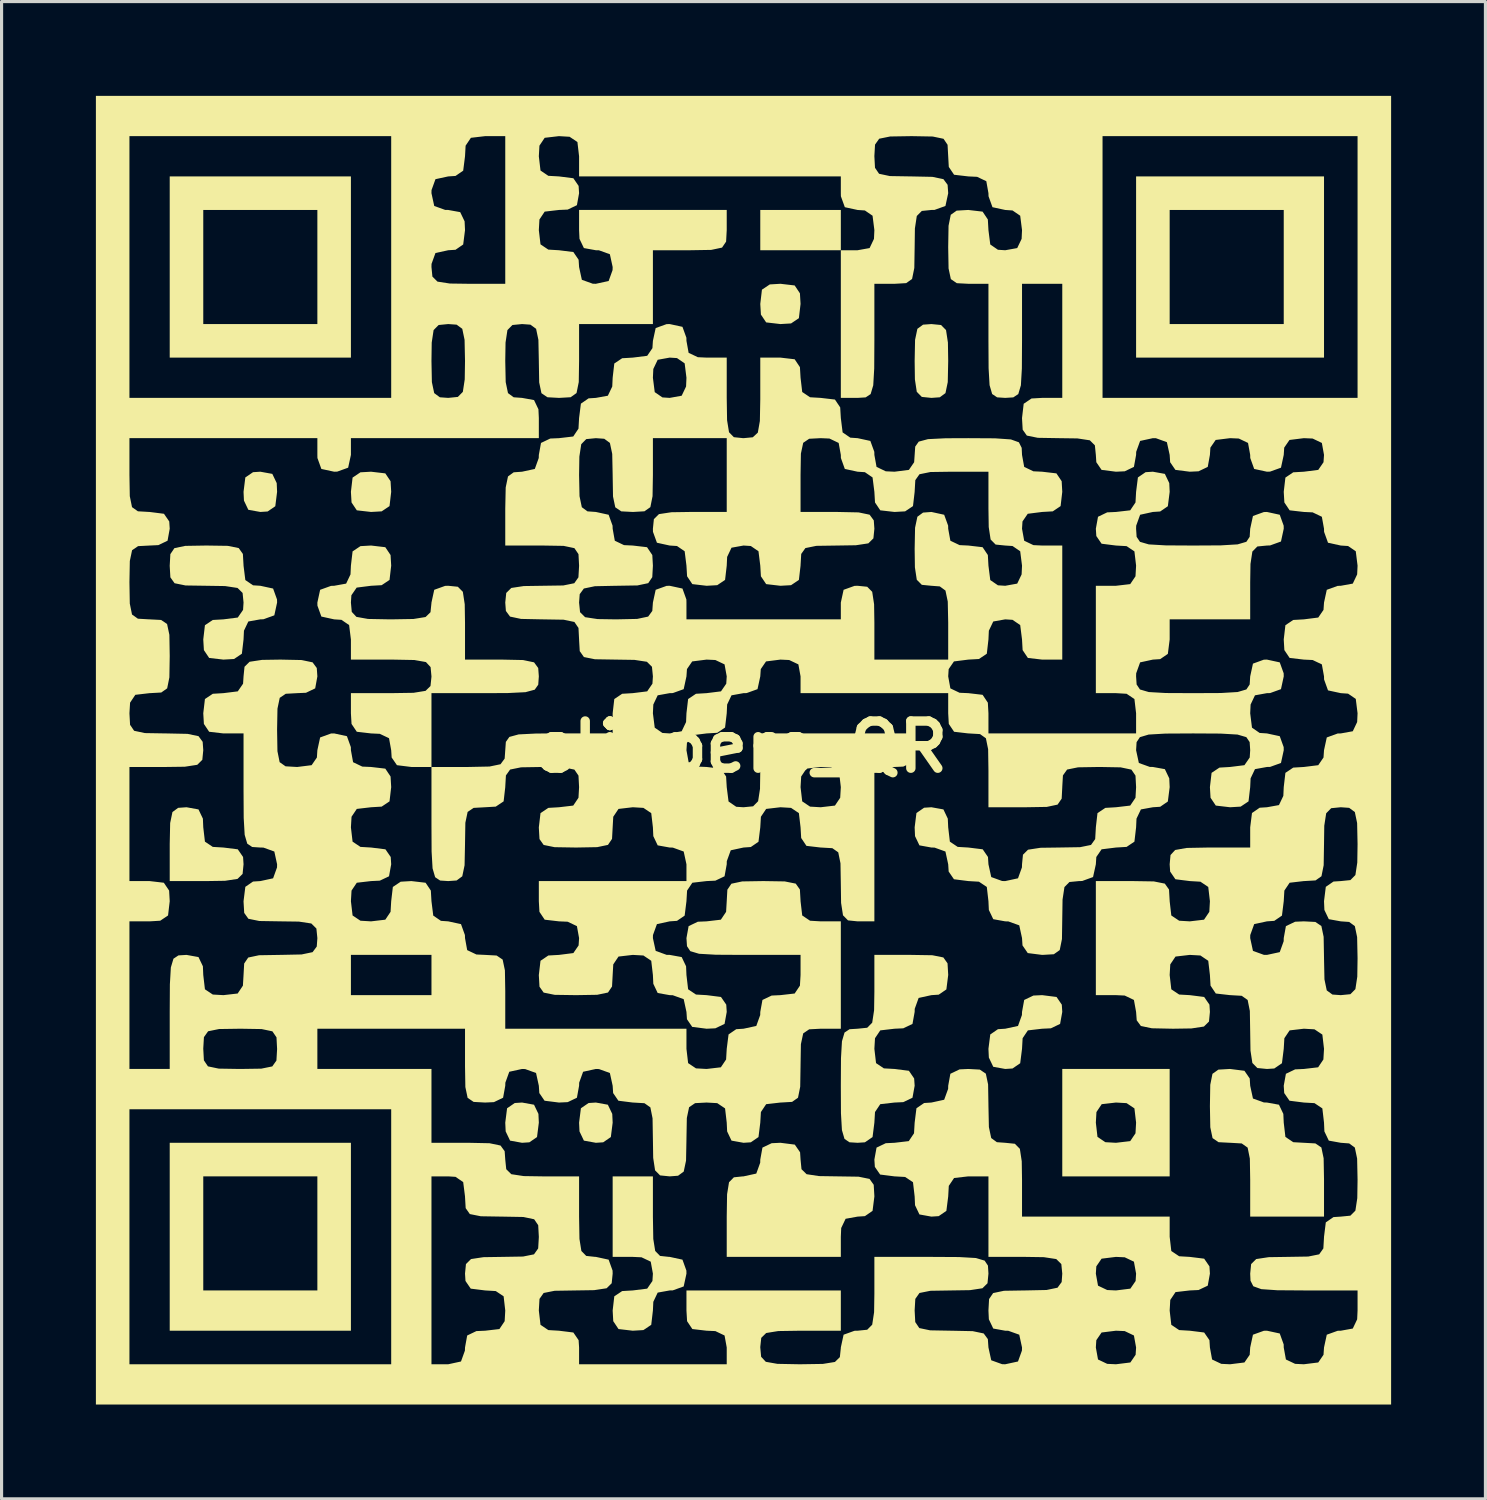
<source format=kicad_pcb>
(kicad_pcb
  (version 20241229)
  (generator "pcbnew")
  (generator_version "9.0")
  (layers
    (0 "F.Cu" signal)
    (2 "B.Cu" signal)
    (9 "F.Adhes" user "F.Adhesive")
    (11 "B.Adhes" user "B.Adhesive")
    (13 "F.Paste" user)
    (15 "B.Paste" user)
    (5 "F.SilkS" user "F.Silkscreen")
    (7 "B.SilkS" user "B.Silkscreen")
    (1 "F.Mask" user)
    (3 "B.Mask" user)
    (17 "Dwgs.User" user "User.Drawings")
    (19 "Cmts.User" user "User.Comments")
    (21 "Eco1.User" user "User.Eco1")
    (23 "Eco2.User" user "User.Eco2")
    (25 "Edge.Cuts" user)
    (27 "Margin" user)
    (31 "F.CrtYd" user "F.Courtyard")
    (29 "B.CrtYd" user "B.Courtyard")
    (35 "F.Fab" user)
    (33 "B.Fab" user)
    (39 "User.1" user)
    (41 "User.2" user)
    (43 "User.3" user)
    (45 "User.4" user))
  (footprint "clippers_QR"
    (layer "F.Cu")
    (at 20.491 20.704)
    (property "Reference" "clippers_QR" (at 0 0 0) (layer "F.SilkS") (effects (font (size 1.5 1.5) (thickness 0.3))))
    (attr board_only exclude_from_pos_files exclude_from_bom)
    (fp_poly (pts (xy 3.202 -16.435) (xy 3.202 -15.795) (xy 1.921 -15.795) (xy 0.64 -15.795) (xy 0.64 -16.435) (xy 0.64 -17.076) (xy 1.921 -17.076) (xy 3.202 -17.076)) (stroke (width 0) (type solid)) (fill yes) (layer "F.SilkS"))
    (fp_poly (pts (xy -14.88 -8.682) (xy -14.74 -8.389) (xy -14.728 -8.111) (xy -14.785 -7.653) (xy -15.029 -7.486) (xy -15.261 -7.471) (xy -15.643 -7.54) (xy -15.782 -7.832) (xy -15.795 -8.111) (xy -15.738 -8.569) (xy -15.493 -8.736) (xy -15.261 -8.751)) (stroke (width 0) (type solid)) (fill yes) (layer "F.SilkS"))
    (fp_poly (pts (xy -11.286 -8.698) (xy -11.119 -8.449) (xy -11.099 -8.111) (xy -11.152 -7.657) (xy -11.402 -7.49) (xy -11.739 -7.471) (xy -12.193 -7.523) (xy -12.36 -7.773) (xy -12.38 -8.111) (xy -12.327 -8.564) (xy -12.077 -8.732) (xy -11.739 -8.751)) (stroke (width 0) (type solid)) (fill yes) (layer "F.SilkS"))
    (fp_poly (pts (xy -6.556 11.382) (xy -6.416 11.674) (xy -6.403 11.953) (xy -6.461 12.411) (xy -6.705 12.578) (xy -6.937 12.593) (xy -7.318 12.524) (xy -7.458 12.231) (xy -7.471 11.953) (xy -7.413 11.495) (xy -7.169 11.328) (xy -6.937 11.313)) (stroke (width 0) (type solid)) (fill yes) (layer "F.SilkS"))
    (fp_poly (pts (xy -4.208 11.382) (xy -4.068 11.674) (xy -4.055 11.953) (xy -4.113 12.411) (xy -4.357 12.578) (xy -4.589 12.593) (xy -4.97 12.524) (xy -5.11 12.231) (xy -5.123 11.953) (xy -5.065 11.495) (xy -4.821 11.328) (xy -4.589 11.313)) (stroke (width 0) (type solid)) (fill yes) (layer "F.SilkS"))
    (fp_poly (pts (xy 1.734 -14.675) (xy 1.901 -14.425) (xy 1.921 -14.087) (xy 1.868 -13.634) (xy 1.619 -13.467) (xy 1.281 -13.447) (xy 0.827 -13.5) (xy 0.66 -13.749) (xy 0.64 -14.087) (xy 0.693 -14.541) (xy 0.943 -14.708) (xy 1.281 -14.728)) (stroke (width 0) (type solid)) (fill yes) (layer "F.SilkS"))
    (fp_poly (pts (xy 6.389 -13.417) (xy 6.548 -13.256) (xy 6.608 -12.859) (xy 6.617 -12.273) (xy 6.603 -11.601) (xy 6.53 -11.251) (xy 6.35 -11.118) (xy 6.083 -11.099) (xy 5.778 -11.13) (xy 5.618 -11.291) (xy 5.558 -11.687) (xy 5.55 -12.273) (xy 5.563 -12.945) (xy 5.637 -13.296) (xy 5.817 -13.428) (xy 6.083 -13.447)) (stroke (width 0) (type solid)) (fill yes) (layer "F.SilkS"))
    (fp_poly (pts (xy -12.38 -15.261) (xy -12.38 -12.38) (xy -15.261 -12.38) (xy -18.143 -12.38) (xy -18.143 -15.261) (xy -17.076 -15.261) (xy -17.076 -13.447) (xy -15.261 -13.447) (xy -13.447 -13.447) (xy -13.447 -15.261) (xy -13.447 -17.076) (xy -15.261 -17.076) (xy -17.076 -17.076) (xy -17.076 -15.261) (xy -18.143 -15.261) (xy -18.143 -18.143) (xy -15.261 -18.143) (xy -12.38 -18.143)) (stroke (width 0) (type solid)) (fill yes) (layer "F.SilkS"))
    (fp_poly (pts (xy 18.57 -15.261) (xy 18.57 -12.38) (xy 15.582 -12.38) (xy 12.593 -12.38) (xy 12.593 -15.261) (xy 13.661 -15.261) (xy 13.661 -13.447) (xy 15.475 -13.447) (xy 17.289 -13.447) (xy 17.289 -15.261) (xy 17.289 -17.076) (xy 15.475 -17.076) (xy 13.661 -17.076) (xy 13.661 -15.261) (xy 12.593 -15.261) (xy 12.593 -18.143) (xy 15.582 -18.143) (xy 18.57 -18.143)) (stroke (width 0) (type solid)) (fill yes) (layer "F.SilkS"))
    (fp_poly (pts (xy -17.228 1.99) (xy -17.088 2.283) (xy -17.076 2.561) (xy -17.023 3.015) (xy -16.773 3.182) (xy -16.435 3.202) (xy -15.978 3.259) (xy -15.81 3.503) (xy -15.795 3.735) (xy -15.825 4.041) (xy -15.986 4.2) (xy -16.383 4.26) (xy -16.969 4.269) (xy -18.143 4.269) (xy -18.143 3.095) (xy -18.129 2.423) (xy -18.056 2.073) (xy -17.876 1.94) (xy -17.609 1.921)) (stroke (width 0) (type solid)) (fill yes) (layer "F.SilkS"))
    (fp_poly (pts (xy -12.38 15.582) (xy -12.38 18.57) (xy -15.261 18.57) (xy -18.143 18.57) (xy -18.143 15.582) (xy -18.143 15.475) (xy -17.076 15.475) (xy -17.076 17.289) (xy -15.261 17.289) (xy -13.447 17.289) (xy -13.447 15.475) (xy -13.447 13.661) (xy -15.261 13.661) (xy -17.076 13.661) (xy -17.076 15.475) (xy -18.143 15.475) (xy -18.143 12.593) (xy -15.261 12.593) (xy -12.38 12.593)) (stroke (width 0) (type solid)) (fill yes) (layer "F.SilkS"))
    (fp_poly (pts (xy 13.661 11.953) (xy 13.661 13.661) (xy 11.953 13.661) (xy 10.245 13.661) (xy 10.245 11.953) (xy 11.313 11.953) (xy 11.365 12.406) (xy 11.615 12.574) (xy 11.953 12.593) (xy 12.406 12.54) (xy 12.574 12.291) (xy 12.593 11.953) (xy 12.54 11.499) (xy 12.291 11.332) (xy 11.953 11.313) (xy 11.499 11.365) (xy 11.332 11.615) (xy 11.313 11.953) (xy 10.245 11.953) (xy 10.245 10.245) (xy 11.953 10.245) (xy 13.661 10.245)) (stroke (width 0) (type solid)) (fill yes) (layer "F.SilkS"))
    (fp_poly (pts (xy 10.063 7.955) (xy 10.23 8.199) (xy 10.245 8.431) (xy 10.176 8.812) (xy 9.883 8.952) (xy 9.605 8.965) (xy 9.151 9.018) (xy 8.984 9.267) (xy 8.965 9.605) (xy 8.907 10.063) (xy 8.663 10.23) (xy 8.431 10.245) (xy 8.05 10.176) (xy 7.91 9.883) (xy 7.897 9.605) (xy 7.955 9.147) (xy 8.199 8.98) (xy 8.431 8.965) (xy 8.837 8.877) (xy 8.962 8.529) (xy 8.965 8.431) (xy 9.034 8.05) (xy 9.327 7.91) (xy 9.605 7.897)) (stroke (width 0) (type solid)) (fill yes) (layer "F.SilkS"))
    (fp_poly (pts (xy 1.738 12.651) (xy 1.906 12.895) (xy 1.921 13.127) (xy 1.951 13.433) (xy 2.113 13.592) (xy 2.509 13.652) (xy 3.095 13.661) (xy 3.766 13.671) (xy 4.115 13.742) (xy 4.248 13.929) (xy 4.269 14.291) (xy 4.269 14.301) (xy 4.211 14.758) (xy 3.967 14.926) (xy 3.735 14.941) (xy 3.354 15.01) (xy 3.214 15.303) (xy 3.202 15.582) (xy 3.202 16.222) (xy 1.387 16.222) (xy -0.427 16.222) (xy -0.427 14.941) (xy -0.416 14.231) (xy -0.354 13.848) (xy -0.2 13.691) (xy 0.088 13.661) (xy 0.107 13.661) (xy 0.513 13.572) (xy 0.638 13.225) (xy 0.64 13.127) (xy 0.709 12.746) (xy 1.002 12.606) (xy 1.281 12.593)) (stroke (width 0) (type solid)) (fill yes) (layer "F.SilkS"))
    (fp_poly (pts (xy -2.775 14.941) (xy -2.763 15.651) (xy -2.702 16.034) (xy -2.548 16.191) (xy -2.26 16.222) (xy -2.241 16.222) (xy -1.835 16.31) (xy -1.71 16.657) (xy -1.708 16.755) (xy -1.796 17.162) (xy -2.143 17.287) (xy -2.241 17.289) (xy -2.623 17.358) (xy -2.762 17.651) (xy -2.775 17.929) (xy -2.828 18.383) (xy -3.077 18.55) (xy -3.415 18.57) (xy -3.869 18.517) (xy -4.036 18.267) (xy -4.055 17.929) (xy -4.003 17.476) (xy -3.753 17.309) (xy -3.415 17.289) (xy -2.957 17.232) (xy -2.79 16.988) (xy -2.775 16.755) (xy -2.844 16.374) (xy -3.137 16.235) (xy -3.415 16.222) (xy -4.055 16.222) (xy -4.055 14.941) (xy -4.055 13.661) (xy -3.415 13.661) (xy -2.775 13.661)) (stroke (width 0) (type solid)) (fill yes) (layer "F.SilkS"))
    (fp_poly (pts (xy 16.039 10.303) (xy 16.207 10.547) (xy 16.222 10.779) (xy 16.31 11.185) (xy 16.657 11.31) (xy 16.755 11.313) (xy 17.137 11.382) (xy 17.276 11.674) (xy 17.289 11.953) (xy 17.342 12.406) (xy 17.591 12.574) (xy 17.929 12.593) (xy 18.295 12.613) (xy 18.486 12.742) (xy 18.558 13.086) (xy 18.57 13.749) (xy 18.57 13.767) (xy 18.57 14.941) (xy 17.396 14.941) (xy 16.222 14.941) (xy 16.222 13.767) (xy 16.211 13.096) (xy 16.141 12.747) (xy 15.953 12.614) (xy 15.591 12.593) (xy 15.582 12.593) (xy 15.215 12.574) (xy 15.025 12.444) (xy 14.953 12.101) (xy 14.941 11.437) (xy 14.941 11.419) (xy 14.952 10.748) (xy 15.022 10.399) (xy 15.21 10.266) (xy 15.572 10.245) (xy 15.582 10.245)) (stroke (width 0) (type solid)) (fill yes) (layer "F.SilkS"))
    (fp_poly (pts (xy -16.298 -6.393) (xy -15.948 -6.322) (xy -15.816 -6.135) (xy -15.795 -5.773) (xy -15.795 -5.763) (xy -15.738 -5.305) (xy -15.493 -5.138) (xy -15.261 -5.123) (xy -14.855 -5.035) (xy -14.73 -4.687) (xy -14.728 -4.589) (xy -14.816 -4.183) (xy -15.163 -4.058) (xy -15.261 -4.055) (xy -15.643 -3.987) (xy -15.782 -3.694) (xy -15.795 -3.415) (xy -15.848 -2.962) (xy -16.097 -2.794) (xy -16.435 -2.775) (xy -16.889 -2.828) (xy -17.056 -3.077) (xy -17.076 -3.415) (xy -17.023 -3.869) (xy -16.773 -4.036) (xy -16.435 -4.055) (xy -15.978 -4.113) (xy -15.81 -4.357) (xy -15.795 -4.589) (xy -15.825 -4.895) (xy -15.986 -5.054) (xy -16.383 -5.114) (xy -16.969 -5.123) (xy -17.64 -5.133) (xy -17.989 -5.204) (xy -18.122 -5.391) (xy -18.143 -5.753) (xy -18.143 -5.763) (xy -18.123 -6.129) (xy -17.994 -6.32) (xy -17.65 -6.392) (xy -16.987 -6.403) (xy -16.969 -6.403)) (stroke (width 0) (type solid)) (fill yes) (layer "F.SilkS"))
    (fp_poly (pts (xy 6.114 6.628) (xy 6.463 6.698) (xy 6.596 6.886) (xy 6.617 7.247) (xy 6.617 7.257) (xy 6.559 7.715) (xy 6.315 7.882) (xy 6.083 7.897) (xy 5.677 7.986) (xy 5.552 8.333) (xy 5.55 8.431) (xy 5.481 8.812) (xy 5.188 8.952) (xy 4.909 8.965) (xy 4.456 9.018) (xy 4.289 9.267) (xy 4.269 9.605) (xy 4.322 10.059) (xy 4.571 10.226) (xy 4.909 10.245) (xy 5.367 10.303) (xy 5.534 10.547) (xy 5.55 10.779) (xy 5.481 11.16) (xy 5.188 11.3) (xy 4.909 11.313) (xy 4.456 11.365) (xy 4.289 11.615) (xy 4.269 11.953) (xy 4.211 12.411) (xy 3.967 12.578) (xy 3.735 12.593) (xy 3.477 12.577) (xy 3.319 12.47) (xy 3.237 12.19) (xy 3.206 11.651) (xy 3.202 10.779) (xy 3.207 9.9) (xy 3.238 9.364) (xy 3.32 9.086) (xy 3.479 8.981) (xy 3.735 8.965) (xy 4.041 8.934) (xy 4.2 8.773) (xy 4.26 8.377) (xy 4.269 7.791) (xy 4.269 6.617) (xy 5.443 6.617)) (stroke (width 0) (type solid)) (fill yes) (layer "F.SilkS"))
    (fp_poly (pts (xy -1.835 -13.359) (xy -1.71 -13.012) (xy -1.708 -12.913) (xy -1.639 -12.532) (xy -1.346 -12.393) (xy -1.067 -12.38) (xy -0.427 -12.38) (xy -0.427 -11.099) (xy -0.416 -10.389) (xy -0.354 -10.006) (xy -0.2 -9.849) (xy 0.088 -9.819) (xy 0.107 -9.818) (xy 0.402 -9.846) (xy 0.562 -9.994) (xy 0.627 -10.363) (xy 0.64 -11.054) (xy 0.64 -11.099) (xy 0.64 -12.38) (xy 1.281 -12.38) (xy 1.734 -12.327) (xy 1.901 -12.077) (xy 1.921 -11.739) (xy 1.974 -11.286) (xy 2.223 -11.119) (xy 2.561 -11.099) (xy 3.015 -11.046) (xy 3.182 -10.797) (xy 3.202 -10.459) (xy 3.259 -10.001) (xy 3.503 -9.834) (xy 3.735 -9.818) (xy 4.141 -9.73) (xy 4.267 -9.383) (xy 4.269 -9.285) (xy 4.338 -8.904) (xy 4.631 -8.764) (xy 4.909 -8.751) (xy 5.367 -8.809) (xy 5.534 -9.053) (xy 5.55 -9.285) (xy 5.568 -9.55) (xy 5.68 -9.708) (xy 5.975 -9.787) (xy 6.538 -9.815) (xy 7.257 -9.818) (xy 8.104 -9.813) (xy 8.611 -9.778) (xy 8.866 -9.686) (xy 8.954 -9.51) (xy 8.965 -9.285) (xy 9.034 -8.904) (xy 9.327 -8.764) (xy 9.605 -8.751) (xy 10.059 -8.698) (xy 10.226 -8.449) (xy 10.245 -8.111) (xy 10.192 -7.657) (xy 9.943 -7.49) (xy 9.605 -7.471) (xy 9.147 -7.413) (xy 8.98 -7.169) (xy 8.965 -6.937) (xy 9.034 -6.556) (xy 9.327 -6.416) (xy 9.605 -6.403) (xy 10.245 -6.403) (xy 10.245 -4.589) (xy 10.245 -2.775) (xy 9.605 -2.775) (xy 9.151 -2.828) (xy 8.984 -3.077) (xy 8.965 -3.415) (xy 8.907 -3.873) (xy 8.663 -4.04) (xy 8.431 -4.055) (xy 8.05 -3.987) (xy 7.91 -3.694) (xy 7.897 -3.415) (xy 7.845 -2.962) (xy 7.595 -2.794) (xy 7.257 -2.775) (xy 6.8 -2.717) (xy 6.632 -2.473) (xy 6.617 -2.241) (xy 6.686 -1.86) (xy 6.979 -1.72) (xy 7.257 -1.708) (xy 7.711 -1.655) (xy 7.878 -1.405) (xy 7.897 -1.067) (xy 7.897 -0.427) (xy 10.245 -0.427) (xy 12.593 -0.427) (xy 12.593 -1.067) (xy 12.54 -1.521) (xy 12.291 -1.688) (xy 11.953 -1.708) (xy 11.313 -1.708) (xy 11.313 -3.415) (xy 11.313 -5.123) (xy 11.953 -5.123) (xy 12.406 -5.176) (xy 12.574 -5.425) (xy 12.593 -5.763) (xy 12.54 -6.217) (xy 12.291 -6.384) (xy 11.953 -6.403) (xy 11.495 -6.461) (xy 11.328 -6.705) (xy 11.313 -6.937) (xy 11.382 -7.318) (xy 11.674 -7.458) (xy 11.953 -7.471) (xy 12.406 -7.523) (xy 12.574 -7.773) (xy 12.593 -8.111) (xy 12.651 -8.569) (xy 12.895 -8.736) (xy 13.127 -8.751) (xy 13.508 -8.682) (xy 13.648 -8.389) (xy 13.661 -8.111) (xy 13.603 -7.653) (xy 13.359 -7.486) (xy 13.127 -7.471) (xy 12.721 -7.382) (xy 12.596 -7.035) (xy 12.593 -6.937) (xy 12.61 -6.679) (xy 12.716 -6.521) (xy 12.997 -6.439) (xy 13.536 -6.408) (xy 14.408 -6.403) (xy 15.286 -6.408) (xy 15.822 -6.44) (xy 16.101 -6.522) (xy 16.206 -6.681) (xy 16.222 -6.937) (xy 16.31 -7.343) (xy 16.657 -7.468) (xy 16.755 -7.471) (xy 17.162 -7.382) (xy 17.287 -7.035) (xy 17.289 -6.937) (xy 17.201 -6.531) (xy 16.854 -6.406) (xy 16.755 -6.403) (xy 16.45 -6.373) (xy 16.291 -6.212) (xy 16.231 -5.816) (xy 16.222 -5.229) (xy 16.222 -4.055) (xy 14.941 -4.055) (xy 13.661 -4.055) (xy 13.661 -3.415) (xy 13.603 -2.957) (xy 13.359 -2.79) (xy 13.127 -2.775) (xy 12.721 -2.687) (xy 12.596 -2.34) (xy 12.593 -2.241) (xy 12.61 -1.983) (xy 12.716 -1.825) (xy 12.997 -1.743) (xy 13.536 -1.712) (xy 14.408 -1.708) (xy 15.286 -1.712) (xy 15.822 -1.744) (xy 16.101 -1.826) (xy 16.206 -1.985) (xy 16.222 -2.241) (xy 16.31 -2.647) (xy 16.657 -2.773) (xy 16.755 -2.775) (xy 17.162 -2.687) (xy 17.287 -2.34) (xy 17.289 -2.241) (xy 17.201 -1.835) (xy 16.854 -1.71) (xy 16.755 -1.708) (xy 16.374 -1.639) (xy 16.235 -1.346) (xy 16.222 -1.067) (xy 16.279 -0.61) (xy 16.523 -0.442) (xy 16.755 -0.427) (xy 17.162 -0.339) (xy 17.287 0.008) (xy 17.289 0.107) (xy 17.201 0.513) (xy 16.854 0.638) (xy 16.755 0.64) (xy 16.374 0.709) (xy 16.235 1.002) (xy 16.222 1.281) (xy 16.169 1.734) (xy 15.919 1.901) (xy 15.582 1.921) (xy 15.128 1.868) (xy 14.961 1.619) (xy 14.941 1.281) (xy 14.994 0.827) (xy 15.244 0.66) (xy 15.582 0.64) (xy 16.039 0.583) (xy 16.207 0.339) (xy 16.222 0.107) (xy 16.205 -0.152) (xy 16.099 -0.309) (xy 15.818 -0.391) (xy 15.279 -0.422) (xy 14.408 -0.427) (xy 13.529 -0.422) (xy 12.993 -0.391) (xy 12.714 -0.308) (xy 12.609 -0.15) (xy 12.593 0.107) (xy 12.681 0.513) (xy 13.029 0.638) (xy 13.127 0.64) (xy 13.508 0.709) (xy 13.648 1.002) (xy 13.661 1.281) (xy 13.603 1.738) (xy 13.359 1.906) (xy 13.127 1.921) (xy 12.746 1.99) (xy 12.606 2.283) (xy 12.593 2.561) (xy 12.54 3.015) (xy 12.291 3.182) (xy 11.953 3.202) (xy 11.495 3.259) (xy 11.328 3.503) (xy 11.313 3.735) (xy 11.224 4.141) (xy 10.877 4.267) (xy 10.779 4.269) (xy 10.473 4.299) (xy 10.314 4.46) (xy 10.254 4.857) (xy 10.245 5.443) (xy 10.235 6.114) (xy 10.164 6.463) (xy 9.977 6.596) (xy 9.615 6.617) (xy 9.605 6.617) (xy 9.147 6.559) (xy 8.98 6.315) (xy 8.965 6.083) (xy 8.877 5.677) (xy 8.529 5.552) (xy 8.431 5.55) (xy 8.05 5.481) (xy 7.91 5.188) (xy 7.897 4.909) (xy 7.845 4.456) (xy 7.595 4.289) (xy 7.257 4.269) (xy 6.8 4.211) (xy 6.632 3.967) (xy 6.617 3.735) (xy 6.529 3.329) (xy 6.182 3.204) (xy 6.083 3.202) (xy 5.702 3.133) (xy 5.562 2.84) (xy 5.55 2.561) (xy 5.607 2.104) (xy 5.851 1.936) (xy 6.083 1.921) (xy 6.465 1.99) (xy 6.604 2.283) (xy 6.617 2.561) (xy 6.67 3.015) (xy 6.919 3.182) (xy 7.257 3.202) (xy 7.715 3.259) (xy 7.882 3.503) (xy 7.897 3.735) (xy 7.986 4.141) (xy 8.333 4.267) (xy 8.431 4.269) (xy 8.837 4.181) (xy 8.962 3.834) (xy 8.965 3.735) (xy 8.995 3.43) (xy 9.156 3.271) (xy 9.552 3.21) (xy 10.139 3.202) (xy 10.81 3.191) (xy 11.159 3.12) (xy 11.292 2.933) (xy 11.313 2.571) (xy 11.313 2.561) (xy 11.365 2.108) (xy 11.615 1.941) (xy 11.953 1.921) (xy 12.406 1.868) (xy 12.574 1.619) (xy 12.593 1.281) (xy 12.574 0.915) (xy 12.444 0.724) (xy 12.101 0.652) (xy 11.437 0.64) (xy 11.419 0.64) (xy 10.748 0.651) (xy 10.399 0.722) (xy 10.266 0.909) (xy 10.245 1.271) (xy 10.245 1.281) (xy 10.226 1.647) (xy 10.096 1.837) (xy 9.753 1.91) (xy 9.089 1.921) (xy 9.071 1.921) (xy 7.897 1.921) (xy 7.897 0.747) (xy 7.887 0.076) (xy 7.816 -0.273) (xy 7.629 -0.406) (xy 7.267 -0.427) (xy 7.257 -0.427) (xy 6.804 -0.48) (xy 6.636 -0.729) (xy 6.617 -1.067) (xy 6.617 -1.708) (xy 4.269 -1.708) (xy 1.921 -1.708) (xy 1.921 -2.241) (xy 1.852 -2.623) (xy 1.559 -2.762) (xy 1.281 -2.775) (xy 0.823 -2.717) (xy 0.656 -2.473) (xy 0.64 -2.241) (xy 0.552 -1.835) (xy 0.205 -1.71) (xy 0.107 -1.708) (xy -0.275 -1.639) (xy -0.414 -1.346) (xy -0.427 -1.067) (xy -0.48 -0.614) (xy -0.729 -0.447) (xy -1.067 -0.427) (xy -1.525 -0.369) (xy -1.692 -0.125) (xy -1.708 0.107) (xy -1.639 0.488) (xy -1.346 0.628) (xy -1.067 0.64) (xy -0.614 0.693) (xy -0.447 0.943) (xy -0.427 1.281) (xy -0.369 1.738) (xy -0.125 1.906) (xy 0.107 1.921) (xy 0.412 1.891) (xy 0.571 1.729) (xy 0.632 1.333) (xy 0.632 1.281) (xy 1.921 1.281) (xy 1.974 1.734) (xy 2.223 1.901) (xy 2.561 1.921) (xy 3.015 1.868) (xy 3.182 1.619) (xy 3.202 1.281) (xy 3.149 0.827) (xy 2.899 0.66) (xy 2.561 0.64) (xy 2.108 0.693) (xy 1.941 0.943) (xy 1.921 1.281) (xy 0.632 1.281) (xy 0.64 0.747) (xy 0.64 -0.427) (xy 3.095 -0.427) (xy 5.55 -0.427) (xy 5.55 0.107) (xy 5.481 0.488) (xy 5.188 0.628) (xy 4.909 0.64) (xy 4.269 0.64) (xy 4.269 3.095) (xy 4.269 5.55) (xy 3.735 5.55) (xy 3.43 5.519) (xy 3.271 5.358) (xy 3.21 4.962) (xy 3.202 4.376) (xy 3.191 3.705) (xy 3.12 3.355) (xy 2.933 3.223) (xy 2.571 3.202) (xy 2.561 3.202) (xy 2.108 3.149) (xy 1.941 2.899) (xy 1.921 2.561) (xy 1.868 2.108) (xy 1.619 1.941) (xy 1.281 1.921) (xy 0.827 1.974) (xy 0.66 2.223) (xy 0.64 2.561) (xy 0.583 3.019) (xy 0.339 3.186) (xy 0.107 3.202) (xy -0.299 3.29) (xy -0.425 3.637) (xy -0.427 3.735) (xy -0.496 4.117) (xy -0.789 4.256) (xy -1.067 4.269) (xy -1.521 4.322) (xy -1.688 4.571) (xy -1.708 4.909) (xy -1.765 5.367) (xy -2.009 5.534) (xy -2.241 5.55) (xy -2.647 5.638) (xy -2.773 5.985) (xy -2.775 6.083) (xy -2.687 6.489) (xy -2.34 6.615) (xy -2.241 6.617) (xy -1.86 6.686) (xy -1.72 6.979) (xy -1.708 7.257) (xy -1.655 7.711) (xy -1.405 7.878) (xy -1.067 7.897) (xy -0.61 7.955) (xy -0.442 8.199) (xy -0.427 8.431) (xy -0.496 8.812) (xy -0.789 8.952) (xy -1.067 8.965) (xy -1.525 8.907) (xy -1.692 8.663) (xy -1.708 8.431) (xy -1.796 8.025) (xy -2.143 7.9) (xy -2.241 7.897) (xy -2.623 7.829) (xy -2.762 7.536) (xy -2.775 7.257) (xy -2.828 6.804) (xy -3.077 6.636) (xy -3.415 6.617) (xy -3.869 6.67) (xy -4.036 6.919) (xy -4.055 7.257) (xy -4.075 7.623) (xy -4.204 7.814) (xy -4.548 7.886) (xy -5.211 7.897) (xy -5.229 7.897) (xy -5.901 7.887) (xy -6.25 7.816) (xy -6.382 7.629) (xy -6.403 7.267) (xy -6.403 7.257) (xy -6.35 6.804) (xy -6.101 6.636) (xy -5.763 6.617) (xy -5.305 6.559) (xy -5.138 6.315) (xy -5.123 6.083) (xy -5.192 5.702) (xy -5.485 5.562) (xy -5.763 5.55) (xy -6.217 5.497) (xy -6.384 5.247) (xy -6.403 4.909) (xy -6.403 4.269) (xy -4.055 4.269) (xy -1.708 4.269) (xy -1.708 3.735) (xy -1.796 3.329) (xy -2.143 3.204) (xy -2.241 3.202) (xy -2.623 3.133) (xy -2.762 2.84) (xy -2.775 2.561) (xy -2.828 2.108) (xy -3.077 1.941) (xy -3.415 1.921) (xy -3.869 1.974) (xy -4.036 2.223) (xy -4.055 2.561) (xy -4.075 2.927) (xy -4.204 3.118) (xy -4.548 3.19) (xy -5.211 3.202) (xy -5.229 3.202) (xy -5.901 3.191) (xy -6.25 3.12) (xy -6.382 2.933) (xy -6.403 2.571) (xy -6.403 2.561) (xy -6.35 2.108) (xy -6.101 1.941) (xy -5.763 1.921) (xy -5.309 1.868) (xy -5.142 1.619) (xy -5.123 1.281) (xy -5.142 0.915) (xy -5.272 0.724) (xy -5.615 0.652) (xy -6.279 0.64) (xy -6.297 0.64) (xy -6.968 0.651) (xy -7.317 0.722) (xy -7.45 0.909) (xy -7.471 1.271) (xy -7.471 1.281) (xy -7.523 1.734) (xy -7.773 1.901) (xy -8.111 1.921) (xy -8.477 1.941) (xy -8.668 2.07) (xy -8.74 2.414) (xy -8.751 3.077) (xy -8.751 3.095) (xy -8.765 3.767) (xy -8.838 4.117) (xy -9.018 4.25) (xy -9.285 4.269) (xy -9.543 4.252) (xy -9.701 4.146) (xy -9.783 3.865) (xy -9.814 3.326) (xy -9.818 2.455) (xy -9.818 0.64) (xy -10.459 0.64) (xy -10.916 0.583) (xy -11.084 0.339) (xy -11.099 0.107) (xy -11.168 -0.275) (xy -11.461 -0.414) (xy -11.739 -0.427) (xy -12.193 -0.48) (xy -12.36 -0.729) (xy -12.38 -1.067) (xy -12.38 -1.708) (xy -11.099 -1.708) (xy -10.389 -1.719) (xy -10.006 -1.781) (xy -9.849 -1.935) (xy -9.819 -2.222) (xy -9.818 -2.241) (xy -9.846 -2.537) (xy -9.994 -2.697) (xy -10.363 -2.762) (xy -11.054 -2.775) (xy -11.099 -2.775) (xy -12.38 -2.775) (xy -12.38 -3.415) (xy -12.437 -3.873) (xy -12.681 -4.04) (xy -12.913 -4.055) (xy -13.32 -4.144) (xy -13.445 -4.491) (xy -13.447 -4.589) (xy -13.359 -4.995) (xy -13.012 -5.12) (xy -12.913 -5.123) (xy -12.532 -5.192) (xy -12.393 -5.485) (xy -12.38 -5.763) (xy -12.327 -6.217) (xy -12.077 -6.384) (xy -11.739 -6.403) (xy -11.286 -6.35) (xy -11.119 -6.101) (xy -11.099 -5.763) (xy -11.152 -5.309) (xy -11.402 -5.142) (xy -11.739 -5.123) (xy -12.197 -5.065) (xy -12.365 -4.821) (xy -12.38 -4.589) (xy -12.353 -4.293) (xy -12.205 -4.134) (xy -11.835 -4.068) (xy -11.144 -4.055) (xy -11.099 -4.055) (xy -10.389 -4.067) (xy -10.006 -4.129) (xy -9.849 -4.282) (xy -9.819 -4.57) (xy -9.818 -4.589) (xy -9.73 -4.995) (xy -9.383 -5.12) (xy -9.285 -5.123) (xy -8.979 -5.092) (xy -8.82 -4.931) (xy -8.76 -4.535) (xy -8.751 -3.949) (xy -8.751 -2.775) (xy -7.577 -2.775) (xy -6.905 -2.761) (xy -6.555 -2.688) (xy -6.423 -2.508) (xy -6.403 -2.241) (xy -6.422 -1.977) (xy -6.534 -1.818) (xy -6.828 -1.739) (xy -7.391 -1.711) (xy -8.111 -1.708) (xy -9.818 -1.708) (xy -9.818 -0.534) (xy -9.818 0.64) (xy -8.645 0.64) (xy -7.972 0.626) (xy -7.622 0.553) (xy -7.49 0.373) (xy -7.471 0.107) (xy -7.452 -0.158) (xy -7.34 -0.316) (xy -7.046 -0.396) (xy -6.483 -0.424) (xy -5.763 -0.427) (xy -4.055 -0.427) (xy -4.055 -1.067) (xy -2.775 -1.067) (xy -2.717 -0.61) (xy -2.473 -0.442) (xy -2.241 -0.427) (xy -1.86 -0.496) (xy -1.72 -0.789) (xy -1.708 -1.067) (xy -1.655 -1.521) (xy -1.405 -1.688) (xy -1.067 -1.708) (xy -0.61 -1.765) (xy -0.442 -2.009) (xy -0.427 -2.241) (xy -0.496 -2.623) (xy -0.789 -2.762) (xy -1.067 -2.775) (xy -1.525 -2.717) (xy -1.692 -2.473) (xy -1.708 -2.241) (xy -1.796 -1.835) (xy -2.143 -1.71) (xy -2.241 -1.708) (xy -2.623 -1.639) (xy -2.762 -1.346) (xy -2.775 -1.067) (xy -4.055 -1.067) (xy -4.003 -1.521) (xy -3.753 -1.688) (xy -3.415 -1.708) (xy -2.957 -1.765) (xy -2.79 -2.009) (xy -2.775 -2.241) (xy -2.805 -2.547) (xy -2.966 -2.706) (xy -3.362 -2.766) (xy -3.949 -2.775) (xy -4.62 -2.786) (xy -4.969 -2.856) (xy -5.102 -3.044) (xy -5.123 -3.405) (xy -5.123 -3.415) (xy -5.142 -3.781) (xy -5.272 -3.972) (xy -5.615 -4.044) (xy -6.279 -4.055) (xy -6.297 -4.055) (xy -6.969 -4.069) (xy -7.319 -4.143) (xy -7.451 -4.323) (xy -7.471 -4.589) (xy -7.44 -4.895) (xy -7.279 -5.054) (xy -6.883 -5.114) (xy -6.297 -5.123) (xy -5.626 -5.133) (xy -5.276 -5.204) (xy -5.144 -5.391) (xy -5.123 -5.753) (xy -5.123 -5.763) (xy -5.142 -6.129) (xy -5.272 -6.32) (xy -5.615 -6.392) (xy -6.279 -6.403) (xy -6.297 -6.403) (xy -7.471 -6.403) (xy -7.471 -7.577) (xy -7.457 -8.25) (xy -7.384 -8.6) (xy -7.323 -8.645) (xy -5.123 -8.645) (xy -5.109 -7.972) (xy -5.036 -7.622) (xy -4.856 -7.49) (xy -4.589 -7.471) (xy -4.183 -7.382) (xy -4.058 -7.035) (xy -4.055 -6.937) (xy -3.987 -6.556) (xy -3.694 -6.416) (xy -3.415 -6.403) (xy -2.962 -6.35) (xy -2.794 -6.101) (xy -2.775 -5.763) (xy -2.795 -5.397) (xy -2.924 -5.206) (xy -3.267 -5.134) (xy -3.931 -5.123) (xy -3.949 -5.123) (xy -4.621 -5.109) (xy -4.971 -5.036) (xy -5.103 -4.856) (xy -5.123 -4.589) (xy -5.092 -4.283) (xy -4.931 -4.124) (xy -4.535 -4.064) (xy -3.949 -4.055) (xy -3.276 -4.069) (xy -2.926 -4.143) (xy -2.794 -4.323) (xy -2.775 -4.589) (xy -2.687 -4.995) (xy -2.34 -5.12) (xy -2.241 -5.123) (xy -1.835 -5.035) (xy -1.71 -4.687) (xy -1.708 -4.589) (xy -1.708 -4.055) (xy 0.747 -4.055) (xy 3.202 -4.055) (xy 3.202 -4.589) (xy 3.29 -4.995) (xy 3.637 -5.12) (xy 3.735 -5.123) (xy 4.041 -5.092) (xy 4.2 -4.931) (xy 4.26 -4.535) (xy 4.269 -3.949) (xy 4.269 -2.775) (xy 5.443 -2.775) (xy 6.617 -2.775) (xy 6.617 -3.949) (xy 6.603 -4.621) (xy 6.53 -4.971) (xy 6.35 -5.103) (xy 6.083 -5.123) (xy 5.778 -5.153) (xy 5.618 -5.314) (xy 5.558 -5.71) (xy 5.55 -6.297) (xy 5.563 -6.969) (xy 5.637 -7.319) (xy 5.817 -7.451) (xy 6.083 -7.471) (xy 6.489 -7.382) (xy 6.615 -7.035) (xy 6.617 -6.937) (xy 6.686 -6.556) (xy 6.979 -6.416) (xy 7.257 -6.403) (xy 7.711 -6.35) (xy 7.878 -6.101) (xy 7.897 -5.763) (xy 7.955 -5.305) (xy 8.199 -5.138) (xy 8.431 -5.123) (xy 8.812 -5.192) (xy 8.952 -5.485) (xy 8.965 -5.763) (xy 8.907 -6.221) (xy 8.663 -6.388) (xy 8.431 -6.403) (xy 8.125 -6.434) (xy 7.966 -6.595) (xy 7.906 -6.991) (xy 7.897 -7.577) (xy 7.897 -8.751) (xy 6.724 -8.751) (xy 6.052 -8.741) (xy 5.703 -8.67) (xy 5.571 -8.483) (xy 5.55 -8.121) (xy 5.55 -8.111) (xy 5.497 -7.657) (xy 5.247 -7.49) (xy 4.909 -7.471) (xy 4.456 -7.523) (xy 4.289 -7.773) (xy 4.269 -8.111) (xy 4.211 -8.569) (xy 3.967 -8.736) (xy 3.735 -8.751) (xy 3.329 -8.839) (xy 3.204 -9.187) (xy 3.202 -9.285) (xy 3.133 -9.666) (xy 2.84 -9.806) (xy 2.561 -9.818) (xy 2.195 -9.799) (xy 2.005 -9.67) (xy 1.932 -9.326) (xy 1.921 -8.662) (xy 1.921 -8.645) (xy 1.921 -7.471) (xy 3.095 -7.471) (xy 3.767 -7.457) (xy 4.117 -7.384) (xy 4.25 -7.203) (xy 4.269 -6.937) (xy 4.238 -6.631) (xy 4.077 -6.472) (xy 3.681 -6.412) (xy 3.095 -6.403) (xy 2.424 -6.393) (xy 2.075 -6.322) (xy 1.942 -6.135) (xy 1.921 -5.773) (xy 1.921 -5.763) (xy 1.868 -5.309) (xy 1.619 -5.142) (xy 1.281 -5.123) (xy 0.827 -5.176) (xy 0.66 -5.425) (xy 0.64 -5.763) (xy 0.583 -6.221) (xy 0.339 -6.388) (xy 0.107 -6.403) (xy -0.275 -6.334) (xy -0.414 -6.041) (xy -0.427 -5.763) (xy -0.48 -5.309) (xy -0.729 -5.142) (xy -1.067 -5.123) (xy -1.521 -5.176) (xy -1.688 -5.425) (xy -1.708 -5.763) (xy -1.765 -6.221) (xy -2.009 -6.388) (xy -2.241 -6.403) (xy -2.647 -6.492) (xy -2.773 -6.839) (xy -2.775 -6.937) (xy -2.744 -7.243) (xy -2.583 -7.402) (xy -2.187 -7.462) (xy -1.601 -7.471) (xy -0.427 -7.471) (xy -0.427 -8.645) (xy -0.427 -9.818) (xy -1.601 -9.818) (xy -2.775 -9.818) (xy -2.775 -8.645) (xy -2.786 -7.973) (xy -2.856 -7.624) (xy -3.044 -7.492) (xy -3.405 -7.471) (xy -3.415 -7.471) (xy -3.781 -7.49) (xy -3.972 -7.619) (xy -4.044 -7.963) (xy -4.055 -8.627) (xy -4.055 -8.645) (xy -4.069 -9.317) (xy -4.143 -9.667) (xy -4.323 -9.799) (xy -4.589 -9.818) (xy -4.895 -9.788) (xy -5.054 -9.627) (xy -5.114 -9.231) (xy -5.123 -8.645) (xy -7.323 -8.645) (xy -7.203 -8.732) (xy -6.937 -8.751) (xy -6.531 -8.839) (xy -6.406 -9.187) (xy -6.403 -9.285) (xy -6.334 -9.666) (xy -6.041 -9.806) (xy -5.763 -9.818) (xy -5.309 -9.871) (xy -5.142 -10.121) (xy -5.123 -10.459) (xy -5.065 -10.916) (xy -4.821 -11.084) (xy -4.589 -11.099) (xy -4.208 -11.168) (xy -4.068 -11.461) (xy -4.055 -11.739) (xy -2.775 -11.739) (xy -2.717 -11.282) (xy -2.473 -11.114) (xy -2.241 -11.099) (xy -1.86 -11.168) (xy -1.72 -11.461) (xy -1.708 -11.739) (xy -1.765 -12.197) (xy -2.009 -12.365) (xy -2.241 -12.38) (xy -2.623 -12.311) (xy -2.762 -12.018) (xy -2.775 -11.739) (xy -4.055 -11.739) (xy -4.003 -12.193) (xy -3.753 -12.36) (xy -3.415 -12.38) (xy -2.957 -12.437) (xy -2.79 -12.681) (xy -2.775 -12.913) (xy -2.687 -13.32) (xy -2.34 -13.445) (xy -2.241 -13.447)) (stroke (width 0) (type solid)) (fill yes) (layer "F.SilkS"))
    (fp_poly (pts (xy 20.704 0.107) (xy 20.704 20.918) (xy 0.107 20.918) (xy -20.491 20.918) (xy -20.491 15.582) (xy -19.424 15.582) (xy -19.424 19.637) (xy -15.261 19.637) (xy -11.099 19.637) (xy -11.099 16.649) (xy -9.818 16.649) (xy -9.818 19.637) (xy -9.285 19.637) (xy -8.879 19.549) (xy -8.754 19.202) (xy -8.751 19.103) (xy -8.682 18.722) (xy -8.389 18.582) (xy -8.111 18.57) (xy -7.657 18.517) (xy -7.49 18.267) (xy -7.471 17.929) (xy -7.523 17.476) (xy -7.773 17.309) (xy -8.111 17.289) (xy -8.569 17.232) (xy -8.736 16.988) (xy -8.751 16.755) (xy -8.721 16.45) (xy -8.56 16.291) (xy -8.164 16.231) (xy -7.577 16.222) (xy -6.906 16.211) (xy -6.557 16.141) (xy -6.424 15.953) (xy -6.403 15.591) (xy -6.403 15.582) (xy -6.423 15.215) (xy -6.552 15.025) (xy -6.896 14.953) (xy -7.559 14.941) (xy -7.577 14.941) (xy -8.248 14.93) (xy -8.598 14.86) (xy -8.73 14.672) (xy -8.751 14.311) (xy -8.751 14.301) (xy -8.809 13.843) (xy -9.053 13.676) (xy -9.285 13.661) (xy -9.818 13.661) (xy -9.818 16.649) (xy -11.099 16.649) (xy -11.099 15.582) (xy -11.099 11.526) (xy -15.261 11.526) (xy -19.424 11.526) (xy -19.424 15.582) (xy -20.491 15.582) (xy -20.491 0.107) (xy -20.491 -9.818) (xy -19.424 -9.818) (xy -19.424 -8.645) (xy -19.413 -7.973) (xy -19.342 -7.624) (xy -19.155 -7.492) (xy -18.793 -7.471) (xy -18.783 -7.471) (xy -18.326 -7.413) (xy -18.158 -7.169) (xy -18.143 -6.937) (xy -18.212 -6.556) (xy -18.505 -6.416) (xy -18.783 -6.403) (xy -19.149 -6.384) (xy -19.34 -6.254) (xy -19.412 -5.911) (xy -19.424 -5.247) (xy -19.424 -5.229) (xy -19.413 -4.558) (xy -19.342 -4.209) (xy -19.155 -4.076) (xy -18.793 -4.055) (xy -18.783 -4.055) (xy -18.417 -4.036) (xy -18.227 -3.907) (xy -18.154 -3.563) (xy -18.143 -2.899) (xy -18.143 -2.882) (xy -18.154 -2.21) (xy -18.224 -1.861) (xy -18.412 -1.728) (xy -18.773 -1.708) (xy -18.783 -1.708) (xy -19.237 -1.655) (xy -19.404 -1.405) (xy -19.424 -1.067) (xy -19.404 -0.701) (xy -19.275 -0.511) (xy -18.931 -0.438) (xy -18.268 -0.427) (xy -18.25 -0.427) (xy -17.577 -0.413) (xy -17.227 -0.34) (xy -17.095 -0.16) (xy -17.076 0.107) (xy -17.106 0.412) (xy -17.267 0.571) (xy -17.663 0.632) (xy -18.25 0.64) (xy -19.424 0.64) (xy -19.424 2.455) (xy -19.424 4.269) (xy -18.783 4.269) (xy -18.33 4.322) (xy -18.162 4.571) (xy -18.143 4.909) (xy -18.196 5.363) (xy -18.445 5.53) (xy -18.783 5.55) (xy -19.424 5.55) (xy -19.424 7.897) (xy -19.424 10.245) (xy -18.783 10.245) (xy -18.143 10.245) (xy -18.143 9.605) (xy -17.076 9.605) (xy -17.056 9.971) (xy -16.927 10.162) (xy -16.583 10.234) (xy -15.92 10.245) (xy -15.902 10.245) (xy -15.231 10.235) (xy -14.881 10.164) (xy -14.749 9.977) (xy -14.728 9.615) (xy -14.728 9.605) (xy -14.747 9.239) (xy -14.877 9.048) (xy -15.22 8.976) (xy -15.884 8.965) (xy -15.902 8.965) (xy -16.573 8.975) (xy -16.922 9.046) (xy -17.055 9.233) (xy -17.076 9.595) (xy -17.076 9.605) (xy -18.143 9.605) (xy -18.143 8.431) (xy -18.138 7.553) (xy -18.107 7.016) (xy -18.024 6.738) (xy -17.866 6.633) (xy -17.609 6.617) (xy -17.228 6.686) (xy -17.088 6.979) (xy -17.076 7.257) (xy -17.023 7.711) (xy -16.773 7.878) (xy -16.435 7.897) (xy -15.982 7.845) (xy -15.815 7.595) (xy -15.795 7.257) (xy -12.38 7.257) (xy -12.38 7.897) (xy -11.099 7.897) (xy -9.818 7.897) (xy -9.818 7.257) (xy -9.818 6.617) (xy -11.099 6.617) (xy -12.38 6.617) (xy -12.38 7.257) (xy -15.795 7.257) (xy -15.775 6.891) (xy -15.646 6.701) (xy -15.302 6.628) (xy -14.639 6.617) (xy -14.621 6.617) (xy -13.949 6.603) (xy -13.599 6.53) (xy -13.466 6.35) (xy -13.447 6.083) (xy -13.478 5.778) (xy -13.639 5.618) (xy -14.035 5.558) (xy -14.621 5.55) (xy -15.292 5.539) (xy -15.641 5.468) (xy -15.774 5.281) (xy -15.795 4.919) (xy -15.795 4.909) (xy -15.738 4.452) (xy -15.493 4.284) (xy -15.261 4.269) (xy -14.855 4.181) (xy -14.73 3.834) (xy -14.728 3.735) (xy -14.816 3.329) (xy -15.163 3.204) (xy -15.261 3.202) (xy -15.52 3.185) (xy -15.677 3.079) (xy -15.759 2.798) (xy -15.79 2.259) (xy -15.795 1.387) (xy -15.795 -0.427) (xy -16.435 -0.427) (xy -16.889 -0.48) (xy -17.056 -0.729) (xy -17.076 -1.067) (xy -17.023 -1.521) (xy -16.773 -1.688) (xy -16.435 -1.708) (xy -15.978 -1.765) (xy -15.81 -2.009) (xy -15.795 -2.241) (xy -15.764 -2.547) (xy -15.603 -2.706) (xy -15.207 -2.766) (xy -14.621 -2.775) (xy -13.949 -2.761) (xy -13.599 -2.688) (xy -13.466 -2.508) (xy -13.447 -2.241) (xy -13.516 -1.86) (xy -13.809 -1.72) (xy -14.087 -1.708) (xy -14.453 -1.688) (xy -14.644 -1.559) (xy -14.716 -1.215) (xy -14.728 -0.552) (xy -14.728 -0.534) (xy -14.717 0.138) (xy -14.647 0.487) (xy -14.459 0.619) (xy -14.097 0.64) (xy -14.087 0.64) (xy -13.63 0.583) (xy -13.462 0.339) (xy -13.447 0.107) (xy -13.359 -0.299) (xy -13.012 -0.425) (xy -12.913 -0.427) (xy -12.507 -0.339) (xy -12.382 0.008) (xy -12.38 0.107) (xy -12.311 0.488) (xy -12.018 0.628) (xy -11.739 0.64) (xy -11.286 0.693) (xy -11.119 0.943) (xy -11.099 1.281) (xy -11.152 1.734) (xy -11.402 1.901) (xy -11.739 1.921) (xy -12.193 1.974) (xy -12.36 2.223) (xy -12.38 2.561) (xy -12.327 3.015) (xy -12.077 3.182) (xy -11.739 3.202) (xy -11.282 3.259) (xy -11.114 3.503) (xy -11.099 3.735) (xy -11.168 4.117) (xy -11.461 4.256) (xy -11.739 4.269) (xy -12.193 4.322) (xy -12.36 4.571) (xy -12.38 4.909) (xy -12.327 5.363) (xy -12.077 5.53) (xy -11.739 5.55) (xy -11.286 5.497) (xy -11.119 5.247) (xy -11.099 4.909) (xy -11.046 4.456) (xy -10.797 4.289) (xy -10.459 4.269) (xy -10.005 4.322) (xy -9.838 4.571) (xy -9.818 4.909) (xy -9.761 5.367) (xy -9.517 5.534) (xy -9.285 5.55) (xy -8.879 5.638) (xy -8.754 5.985) (xy -8.751 6.083) (xy -8.682 6.465) (xy -8.389 6.604) (xy -8.111 6.617) (xy -7.745 6.637) (xy -7.554 6.766) (xy -7.482 7.109) (xy -7.471 7.773) (xy -7.471 7.791) (xy -7.471 8.965) (xy -4.589 8.965) (xy -1.708 8.965) (xy -1.708 9.605) (xy -1.655 10.059) (xy -1.405 10.226) (xy -1.067 10.245) (xy -0.614 10.192) (xy -0.447 9.943) (xy -0.427 9.605) (xy -0.369 9.147) (xy -0.125 8.98) (xy 0.107 8.965) (xy 0.513 8.877) (xy 0.638 8.529) (xy 0.64 8.431) (xy 0.709 8.05) (xy 1.002 7.91) (xy 1.281 7.897) (xy 1.734 7.845) (xy 1.901 7.595) (xy 1.921 7.257) (xy 1.921 6.617) (xy 0.107 6.617) (xy -0.772 6.612) (xy -1.308 6.581) (xy -1.586 6.498) (xy -1.691 6.34) (xy -1.708 6.083) (xy -1.639 5.702) (xy -1.346 5.562) (xy -1.067 5.55) (xy -0.614 5.497) (xy -0.447 5.247) (xy -0.427 4.909) (xy -0.407 4.543) (xy -0.278 4.353) (xy 0.066 4.28) (xy 0.729 4.269) (xy 0.747 4.269) (xy 1.418 4.28) (xy 1.768 4.35) (xy 1.9 4.538) (xy 1.921 4.899) (xy 1.921 4.909) (xy 1.974 5.363) (xy 2.223 5.53) (xy 2.561 5.55) (xy 3.202 5.55) (xy 3.202 7.257) (xy 3.202 8.965) (xy 2.561 8.965) (xy 2.195 8.984) (xy 2.005 9.114) (xy 1.932 9.457) (xy 1.921 10.121) (xy 1.921 10.139) (xy 1.91 10.81) (xy 1.84 11.159) (xy 1.652 11.292) (xy 1.29 11.313) (xy 1.281 11.313) (xy 0.827 11.365) (xy 0.66 11.615) (xy 0.64 11.953) (xy 0.583 12.411) (xy 0.339 12.578) (xy 0.107 12.593) (xy -0.275 12.524) (xy -0.414 12.231) (xy -0.427 11.953) (xy -0.48 11.499) (xy -0.729 11.332) (xy -1.067 11.313) (xy -1.433 11.332) (xy -1.624 11.462) (xy -1.696 11.805) (xy -1.708 12.469) (xy -1.708 12.487) (xy -1.721 13.159) (xy -1.795 13.509) (xy -1.975 13.641) (xy -2.241 13.661) (xy -2.547 13.63) (xy -2.706 13.469) (xy -2.766 13.073) (xy -2.775 12.487) (xy -2.786 11.815) (xy -2.856 11.466) (xy -3.044 11.334) (xy -3.405 11.313) (xy -3.415 11.313) (xy -3.873 11.255) (xy -4.04 11.011) (xy -4.055 10.779) (xy -4.144 10.373) (xy -4.491 10.248) (xy -4.589 10.245) (xy -4.995 10.334) (xy -5.12 10.681) (xy -5.123 10.779) (xy -5.192 11.16) (xy -5.485 11.3) (xy -5.763 11.313) (xy -6.221 11.255) (xy -6.388 11.011) (xy -6.403 10.779) (xy -6.492 10.373) (xy -6.839 10.248) (xy -6.937 10.245) (xy -7.343 10.334) (xy -7.468 10.681) (xy -7.471 10.779) (xy -7.54 11.16) (xy -7.832 11.3) (xy -8.111 11.313) (xy -8.477 11.293) (xy -8.668 11.164) (xy -8.74 10.82) (xy -8.751 10.157) (xy -8.751 10.139) (xy -8.751 8.965) (xy -11.099 8.965) (xy -13.447 8.965) (xy -13.447 9.605) (xy -13.447 10.245) (xy -11.633 10.245) (xy -9.818 10.245) (xy -9.818 11.419) (xy -9.818 12.593) (xy -8.645 12.593) (xy -7.972 12.607) (xy -7.622 12.68) (xy -7.49 12.86) (xy -7.471 13.127) (xy -7.44 13.433) (xy -7.279 13.592) (xy -6.883 13.652) (xy -6.297 13.661) (xy -5.123 13.661) (xy -5.123 14.941) (xy -5.111 15.651) (xy -5.05 16.034) (xy -4.896 16.191) (xy -4.608 16.222) (xy -4.589 16.222) (xy -4.183 16.31) (xy -4.058 16.657) (xy -4.055 16.755) (xy -4.086 17.061) (xy -4.247 17.22) (xy -4.643 17.28) (xy -5.229 17.289) (xy -5.901 17.3) (xy -6.25 17.37) (xy -6.382 17.558) (xy -6.403 17.92) (xy -6.403 17.929) (xy -6.35 18.383) (xy -6.101 18.55) (xy -5.763 18.57) (xy -5.305 18.627) (xy -5.138 18.871) (xy -5.123 19.103) (xy -5.123 19.637) (xy -2.775 19.637) (xy -0.427 19.637) (xy -0.427 19.103) (xy -0.496 18.722) (xy -0.789 18.582) (xy -1.067 18.57) (xy -1.521 18.517) (xy -1.688 18.267) (xy -1.708 17.929) (xy -1.708 17.289) (xy 0.747 17.289) (xy 3.202 17.289) (xy 3.202 17.929) (xy 3.202 18.57) (xy 1.921 18.57) (xy 1.211 18.581) (xy 0.828 18.643) (xy 0.671 18.797) (xy 0.64 19.085) (xy 0.64 19.103) (xy 0.667 19.399) (xy 0.816 19.559) (xy 1.185 19.624) (xy 1.876 19.637) (xy 1.921 19.637) (xy 2.631 19.626) (xy 3.014 19.564) (xy 3.171 19.41) (xy 3.202 19.122) (xy 3.202 19.103) (xy 3.29 18.697) (xy 3.637 18.572) (xy 3.735 18.57) (xy 4.041 18.539) (xy 4.2 18.378) (xy 4.26 17.982) (xy 4.269 17.396) (xy 4.269 16.222) (xy 6.083 16.222) (xy 6.962 16.227) (xy 7.498 16.258) (xy 7.776 16.341) (xy 7.881 16.499) (xy 7.897 16.755) (xy 7.867 17.061) (xy 7.706 17.22) (xy 7.31 17.28) (xy 6.724 17.289) (xy 6.052 17.3) (xy 5.703 17.37) (xy 5.571 17.558) (xy 5.55 17.92) (xy 5.55 17.929) (xy 5.569 18.295) (xy 5.698 18.486) (xy 6.042 18.558) (xy 6.706 18.57) (xy 6.724 18.57) (xy 7.396 18.584) (xy 7.746 18.657) (xy 7.878 18.837) (xy 7.897 19.103) (xy 7.986 19.51) (xy 8.333 19.635) (xy 8.431 19.637) (xy 8.837 19.549) (xy 8.962 19.202) (xy 8.965 19.103) (xy 11.313 19.103) (xy 11.382 19.485) (xy 11.674 19.624) (xy 11.953 19.637) (xy 12.411 19.58) (xy 12.578 19.335) (xy 12.593 19.103) (xy 12.524 18.722) (xy 12.231 18.582) (xy 11.953 18.57) (xy 11.495 18.627) (xy 11.328 18.871) (xy 11.313 19.103) (xy 8.965 19.103) (xy 8.877 18.697) (xy 8.529 18.572) (xy 8.431 18.57) (xy 8.05 18.501) (xy 7.91 18.208) (xy 7.897 17.929) (xy 7.917 17.563) (xy 8.046 17.373) (xy 8.39 17.3) (xy 9.053 17.289) (xy 9.071 17.289) (xy 9.744 17.275) (xy 10.094 17.202) (xy 10.226 17.022) (xy 10.245 16.755) (xy 11.313 16.755) (xy 11.382 17.137) (xy 11.674 17.276) (xy 11.953 17.289) (xy 12.411 17.232) (xy 12.578 16.988) (xy 12.593 16.755) (xy 12.524 16.374) (xy 12.231 16.235) (xy 11.953 16.222) (xy 11.495 16.279) (xy 11.328 16.523) (xy 11.313 16.755) (xy 10.245 16.755) (xy 10.215 16.45) (xy 10.054 16.291) (xy 9.658 16.231) (xy 9.071 16.222) (xy 7.897 16.222) (xy 7.897 14.941) (xy 7.897 13.661) (xy 7.257 13.661) (xy 6.804 13.713) (xy 6.636 13.963) (xy 6.617 14.301) (xy 6.559 14.758) (xy 6.315 14.926) (xy 6.083 14.941) (xy 5.702 14.872) (xy 5.562 14.579) (xy 5.55 14.301) (xy 5.497 13.847) (xy 5.247 13.68) (xy 4.909 13.661) (xy 4.452 13.603) (xy 4.284 13.359) (xy 4.269 13.127) (xy 4.338 12.746) (xy 4.631 12.606) (xy 4.909 12.593) (xy 5.363 12.54) (xy 5.53 12.291) (xy 5.55 11.953) (xy 5.607 11.495) (xy 5.851 11.328) (xy 6.083 11.313) (xy 6.489 11.224) (xy 6.615 10.877) (xy 6.617 10.779) (xy 6.686 10.398) (xy 6.979 10.258) (xy 7.257 10.245) (xy 7.623 10.265) (xy 7.814 10.394) (xy 7.886 10.738) (xy 7.897 11.401) (xy 7.897 11.419) (xy 7.911 12.092) (xy 7.985 12.442) (xy 8.165 12.574) (xy 8.431 12.593) (xy 8.737 12.624) (xy 8.896 12.785) (xy 8.956 13.181) (xy 8.965 13.767) (xy 8.965 14.941) (xy 11.313 14.941) (xy 13.661 14.941) (xy 13.661 15.582) (xy 13.713 16.035) (xy 13.963 16.202) (xy 14.301 16.222) (xy 14.758 16.279) (xy 14.926 16.523) (xy 14.941 16.755) (xy 14.872 17.137) (xy 14.579 17.276) (xy 14.301 17.289) (xy 13.847 17.342) (xy 13.68 17.591) (xy 13.661 17.929) (xy 13.713 18.383) (xy 13.963 18.55) (xy 14.301 18.57) (xy 14.758 18.627) (xy 14.926 18.871) (xy 14.941 19.103) (xy 15.01 19.485) (xy 15.303 19.624) (xy 15.582 19.637) (xy 16.039 19.58) (xy 16.207 19.335) (xy 16.222 19.103) (xy 16.31 18.697) (xy 16.657 18.572) (xy 16.755 18.57) (xy 17.162 18.658) (xy 17.287 19.005) (xy 17.289 19.103) (xy 17.358 19.485) (xy 17.651 19.624) (xy 17.929 19.637) (xy 18.387 19.58) (xy 18.554 19.335) (xy 18.57 19.103) (xy 18.658 18.697) (xy 19.005 18.572) (xy 19.103 18.57) (xy 19.485 18.501) (xy 19.624 18.208) (xy 19.637 17.929) (xy 19.637 17.289) (xy 17.929 17.289) (xy 17.083 17.283) (xy 16.575 17.248) (xy 16.321 17.156) (xy 16.232 16.98) (xy 16.222 16.755) (xy 16.252 16.45) (xy 16.413 16.291) (xy 16.81 16.231) (xy 17.396 16.222) (xy 18.067 16.211) (xy 18.416 16.141) (xy 18.549 15.953) (xy 18.57 15.591) (xy 18.57 15.582) (xy 18.627 15.124) (xy 18.871 14.956) (xy 19.103 14.941) (xy 19.409 14.911) (xy 19.568 14.75) (xy 19.628 14.354) (xy 19.637 13.767) (xy 19.623 13.095) (xy 19.55 12.745) (xy 19.37 12.613) (xy 19.103 12.593) (xy 18.722 12.524) (xy 18.582 12.231) (xy 18.57 11.953) (xy 18.517 11.499) (xy 18.267 11.332) (xy 17.929 11.313) (xy 17.472 11.255) (xy 17.304 11.011) (xy 17.289 10.779) (xy 17.358 10.398) (xy 17.651 10.258) (xy 17.929 10.245) (xy 18.383 10.192) (xy 18.55 9.943) (xy 18.57 9.605) (xy 18.517 9.151) (xy 18.267 8.984) (xy 17.929 8.965) (xy 17.476 9.018) (xy 17.309 9.267) (xy 17.289 9.605) (xy 17.232 10.063) (xy 16.988 10.23) (xy 16.755 10.245) (xy 16.45 10.215) (xy 16.291 10.054) (xy 16.231 9.658) (xy 16.222 9.071) (xy 16.211 8.4) (xy 16.141 8.051) (xy 15.953 7.918) (xy 15.591 7.897) (xy 15.582 7.897) (xy 15.128 7.845) (xy 14.961 7.595) (xy 14.941 7.257) (xy 14.888 6.804) (xy 14.639 6.636) (xy 14.301 6.617) (xy 13.847 6.67) (xy 13.68 6.919) (xy 13.661 7.257) (xy 13.713 7.711) (xy 13.963 7.878) (xy 14.301 7.897) (xy 14.758 7.955) (xy 14.926 8.199) (xy 14.941 8.431) (xy 14.911 8.737) (xy 14.75 8.896) (xy 14.354 8.956) (xy 13.767 8.965) (xy 13.095 8.951) (xy 12.745 8.878) (xy 12.613 8.698) (xy 12.593 8.431) (xy 12.524 8.05) (xy 12.231 7.91) (xy 11.953 7.897) (xy 11.313 7.897) (xy 11.313 6.083) (xy 16.222 6.083) (xy 16.31 6.489) (xy 16.657 6.615) (xy 16.755 6.617) (xy 17.162 6.529) (xy 17.287 6.182) (xy 17.289 6.083) (xy 17.358 5.702) (xy 17.651 5.562) (xy 17.929 5.55) (xy 18.295 5.569) (xy 18.486 5.698) (xy 18.558 6.042) (xy 18.57 6.706) (xy 18.57 6.724) (xy 18.584 7.396) (xy 18.657 7.746) (xy 18.837 7.878) (xy 19.103 7.897) (xy 19.409 7.867) (xy 19.568 7.706) (xy 19.628 7.31) (xy 19.637 6.724) (xy 19.623 6.051) (xy 19.55 5.701) (xy 19.37 5.569) (xy 19.103 5.55) (xy 18.722 5.481) (xy 18.582 5.188) (xy 18.57 4.909) (xy 18.627 4.452) (xy 18.871 4.284) (xy 19.103 4.269) (xy 19.409 4.238) (xy 19.568 4.077) (xy 19.628 3.681) (xy 19.637 3.095) (xy 19.623 2.423) (xy 19.55 2.073) (xy 19.37 1.94) (xy 19.103 1.921) (xy 18.798 1.951) (xy 18.639 2.113) (xy 18.578 2.509) (xy 18.57 3.095) (xy 18.559 3.766) (xy 18.489 4.115) (xy 18.301 4.248) (xy 17.939 4.269) (xy 17.929 4.269) (xy 17.476 4.322) (xy 17.309 4.571) (xy 17.289 4.909) (xy 17.232 5.367) (xy 16.988 5.534) (xy 16.755 5.55) (xy 16.349 5.638) (xy 16.224 5.985) (xy 16.222 6.083) (xy 11.313 6.083) (xy 11.313 4.269) (xy 12.487 4.269) (xy 13.158 4.28) (xy 13.507 4.35) (xy 13.64 4.538) (xy 13.661 4.899) (xy 13.661 4.909) (xy 13.713 5.363) (xy 13.963 5.53) (xy 14.301 5.55) (xy 14.754 5.497) (xy 14.922 5.247) (xy 14.941 4.909) (xy 14.888 4.456) (xy 14.639 4.289) (xy 14.301 4.269) (xy 13.843 4.211) (xy 13.676 3.967) (xy 13.661 3.735) (xy 13.688 3.44) (xy 13.836 3.28) (xy 14.205 3.215) (xy 14.896 3.202) (xy 14.941 3.202) (xy 16.222 3.202) (xy 16.222 2.561) (xy 16.279 2.104) (xy 16.523 1.936) (xy 16.755 1.921) (xy 17.137 1.852) (xy 17.276 1.559) (xy 17.289 1.281) (xy 17.342 0.827) (xy 17.591 0.66) (xy 17.929 0.64) (xy 18.387 0.583) (xy 18.554 0.339) (xy 18.57 0.107) (xy 18.658 -0.299) (xy 19.005 -0.425) (xy 19.103 -0.427) (xy 19.485 -0.496) (xy 19.624 -0.789) (xy 19.637 -1.067) (xy 19.58 -1.525) (xy 19.335 -1.692) (xy 19.103 -1.708) (xy 18.697 -1.796) (xy 18.572 -2.143) (xy 18.57 -2.241) (xy 18.501 -2.623) (xy 18.208 -2.762) (xy 17.929 -2.775) (xy 17.476 -2.828) (xy 17.309 -3.077) (xy 17.289 -3.415) (xy 17.342 -3.869) (xy 17.591 -4.036) (xy 17.929 -4.055) (xy 18.387 -4.113) (xy 18.554 -4.357) (xy 18.57 -4.589) (xy 18.658 -4.995) (xy 19.005 -5.12) (xy 19.103 -5.123) (xy 19.485 -5.192) (xy 19.624 -5.485) (xy 19.637 -5.763) (xy 19.58 -6.221) (xy 19.335 -6.388) (xy 19.103 -6.403) (xy 18.697 -6.492) (xy 18.572 -6.839) (xy 18.57 -6.937) (xy 18.501 -7.318) (xy 18.208 -7.458) (xy 17.929 -7.471) (xy 17.476 -7.523) (xy 17.309 -7.773) (xy 17.289 -8.111) (xy 17.342 -8.564) (xy 17.591 -8.732) (xy 17.929 -8.751) (xy 18.387 -8.809) (xy 18.554 -9.053) (xy 18.57 -9.285) (xy 18.501 -9.666) (xy 18.208 -9.806) (xy 17.929 -9.818) (xy 17.472 -9.761) (xy 17.304 -9.517) (xy 17.289 -9.285) (xy 17.201 -8.879) (xy 16.854 -8.754) (xy 16.755 -8.751) (xy 16.349 -8.839) (xy 16.224 -9.187) (xy 16.222 -9.285) (xy 16.153 -9.666) (xy 15.86 -9.806) (xy 15.582 -9.818) (xy 15.124 -9.761) (xy 14.956 -9.517) (xy 14.941 -9.285) (xy 14.872 -8.904) (xy 14.579 -8.764) (xy 14.301 -8.751) (xy 13.843 -8.809) (xy 13.676 -9.053) (xy 13.661 -9.285) (xy 13.572 -9.691) (xy 13.225 -9.816) (xy 13.127 -9.818) (xy 12.721 -9.73) (xy 12.596 -9.383) (xy 12.593 -9.285) (xy 12.524 -8.904) (xy 12.231 -8.764) (xy 11.953 -8.751) (xy 11.495 -8.809) (xy 11.328 -9.053) (xy 11.313 -9.285) (xy 11.282 -9.59) (xy 11.121 -9.75) (xy 10.725 -9.81) (xy 10.139 -9.818) (xy 9.468 -9.829) (xy 9.118 -9.9) (xy 8.986 -10.087) (xy 8.965 -10.449) (xy 8.965 -10.459) (xy 9.018 -10.912) (xy 9.267 -11.08) (xy 9.605 -11.099) (xy 10.245 -11.099) (xy 10.245 -12.913) (xy 10.245 -14.728) (xy 9.605 -14.728) (xy 8.965 -14.728) (xy 8.965 -12.913) (xy 8.96 -12.035) (xy 8.929 -11.499) (xy 8.846 -11.22) (xy 8.687 -11.115) (xy 8.431 -11.099) (xy 8.173 -11.116) (xy 8.015 -11.222) (xy 7.933 -11.503) (xy 7.902 -12.042) (xy 7.897 -12.913) (xy 7.897 -14.728) (xy 7.257 -14.728) (xy 6.891 -14.747) (xy 6.701 -14.877) (xy 6.628 -15.22) (xy 6.628 -15.261) (xy 11.526 -15.261) (xy 11.526 -11.099) (xy 15.582 -11.099) (xy 19.637 -11.099) (xy 19.637 -15.261) (xy 19.637 -19.424) (xy 15.582 -19.424) (xy 11.526 -19.424) (xy 11.526 -15.261) (xy 6.628 -15.261) (xy 6.617 -15.884) (xy 6.617 -15.902) (xy 6.628 -16.573) (xy 6.698 -16.922) (xy 6.886 -17.055) (xy 7.247 -17.076) (xy 7.257 -17.076) (xy 7.711 -17.023) (xy 7.878 -16.773) (xy 7.897 -16.435) (xy 7.955 -15.978) (xy 8.199 -15.81) (xy 8.431 -15.795) (xy 8.812 -15.864) (xy 8.952 -16.157) (xy 8.965 -16.435) (xy 8.907 -16.893) (xy 8.663 -17.06) (xy 8.431 -17.076) (xy 8.025 -17.164) (xy 7.9 -17.511) (xy 7.897 -17.609) (xy 7.829 -17.991) (xy 7.536 -18.13) (xy 7.257 -18.143) (xy 6.804 -18.196) (xy 6.636 -18.445) (xy 6.617 -18.783) (xy 6.597 -19.149) (xy 6.468 -19.34) (xy 6.124 -19.412) (xy 5.461 -19.424) (xy 5.443 -19.424) (xy 4.772 -19.413) (xy 4.422 -19.342) (xy 4.29 -19.155) (xy 4.269 -18.793) (xy 4.269 -18.783) (xy 4.289 -18.417) (xy 4.418 -18.227) (xy 4.762 -18.154) (xy 5.425 -18.143) (xy 5.443 -18.143) (xy 6.115 -18.129) (xy 6.465 -18.056) (xy 6.598 -17.876) (xy 6.617 -17.609) (xy 6.529 -17.203) (xy 6.182 -17.078) (xy 6.083 -17.076) (xy 5.778 -17.045) (xy 5.618 -16.884) (xy 5.558 -16.488) (xy 5.55 -15.902) (xy 5.539 -15.231) (xy 5.468 -14.881) (xy 5.281 -14.749) (xy 4.919 -14.728) (xy 4.909 -14.728) (xy 4.269 -14.728) (xy 4.269 -12.913) (xy 4.264 -12.035) (xy 4.233 -11.499) (xy 4.15 -11.22) (xy 3.992 -11.115) (xy 3.735 -11.099) (xy 3.202 -11.099) (xy 3.202 -13.447) (xy 3.202 -15.795) (xy 3.735 -15.795) (xy 4.117 -15.864) (xy 4.256 -16.157) (xy 4.269 -16.435) (xy 4.211 -16.893) (xy 3.967 -17.06) (xy 3.735 -17.076) (xy 3.329 -17.164) (xy 3.204 -17.511) (xy 3.202 -17.609) (xy 3.202 -18.143) (xy -0.961 -18.143) (xy -5.123 -18.143) (xy -5.123 -18.783) (xy -5.176 -19.237) (xy -5.425 -19.404) (xy -5.763 -19.424) (xy -6.217 -19.371) (xy -6.384 -19.121) (xy -6.403 -18.783) (xy -6.35 -18.33) (xy -6.101 -18.162) (xy -5.763 -18.143) (xy -5.305 -18.085) (xy -5.138 -17.841) (xy -5.123 -17.609) (xy -5.192 -17.228) (xy -5.485 -17.088) (xy -5.763 -17.076) (xy -6.217 -17.023) (xy -6.384 -16.773) (xy -6.403 -16.435) (xy -6.35 -15.982) (xy -6.101 -15.815) (xy -5.763 -15.795) (xy -5.305 -15.738) (xy -5.138 -15.493) (xy -5.123 -15.261) (xy -5.035 -14.855) (xy -4.687 -14.73) (xy -4.589 -14.728) (xy -4.183 -14.816) (xy -4.058 -15.163) (xy -4.055 -15.261) (xy -4.144 -15.668) (xy -4.491 -15.793) (xy -4.589 -15.795) (xy -4.97 -15.864) (xy -5.11 -16.157) (xy -5.123 -16.435) (xy -5.123 -17.076) (xy -2.775 -17.076) (xy -0.427 -17.076) (xy -0.427 -16.435) (xy -0.447 -16.069) (xy -0.576 -15.879) (xy -0.92 -15.806) (xy -1.583 -15.795) (xy -1.601 -15.795) (xy -2.775 -15.795) (xy -2.775 -14.621) (xy -2.775 -13.447) (xy -3.949 -13.447) (xy -5.123 -13.447) (xy -5.123 -12.273) (xy -5.133 -11.602) (xy -5.204 -11.253) (xy -5.391 -11.12) (xy -5.753 -11.099) (xy -5.763 -11.099) (xy -6.129 -11.119) (xy -6.32 -11.248) (xy -6.392 -11.592) (xy -6.403 -12.255) (xy -6.403 -12.273) (xy -6.417 -12.945) (xy -6.49 -13.296) (xy -6.67 -13.428) (xy -6.937 -13.447) (xy -7.243 -13.417) (xy -7.402 -13.256) (xy -7.462 -12.859) (xy -7.471 -12.273) (xy -7.457 -11.601) (xy -7.384 -11.251) (xy -7.203 -11.118) (xy -6.937 -11.099) (xy -6.556 -11.03) (xy -6.416 -10.737) (xy -6.403 -10.459) (xy -6.403 -9.818) (xy -9.392 -9.818) (xy -12.38 -9.818) (xy -12.38 -9.285) (xy -12.468 -8.879) (xy -12.815 -8.754) (xy -12.913 -8.751) (xy -13.32 -8.839) (xy -13.445 -9.187) (xy -13.447 -9.285) (xy -13.447 -9.818) (xy -16.435 -9.818) (xy -19.424 -9.818) (xy -20.491 -9.818) (xy -20.491 -15.261) (xy -19.424 -15.261) (xy -19.424 -11.099) (xy -15.261 -11.099) (xy -11.099 -11.099) (xy -11.099 -12.273) (xy -9.818 -12.273) (xy -9.805 -11.601) (xy -9.731 -11.251) (xy -9.551 -11.118) (xy -9.285 -11.099) (xy -8.979 -11.13) (xy -8.82 -11.291) (xy -8.76 -11.687) (xy -8.751 -12.273) (xy -8.765 -12.945) (xy -8.838 -13.296) (xy -9.018 -13.428) (xy -9.285 -13.447) (xy -9.59 -13.417) (xy -9.75 -13.256) (xy -9.81 -12.859) (xy -9.818 -12.273) (xy -11.099 -12.273) (xy -11.099 -15.261) (xy -11.099 -17.609) (xy -9.818 -17.609) (xy -9.73 -17.203) (xy -9.383 -17.078) (xy -9.285 -17.076) (xy -8.904 -17.007) (xy -8.764 -16.714) (xy -8.751 -16.435) (xy -8.809 -15.978) (xy -9.053 -15.81) (xy -9.285 -15.795) (xy -9.691 -15.707) (xy -9.816 -15.36) (xy -9.818 -15.261) (xy -9.788 -14.956) (xy -9.627 -14.797) (xy -9.231 -14.736) (xy -8.645 -14.728) (xy -7.471 -14.728) (xy -7.471 -17.076) (xy -7.471 -19.424) (xy -8.111 -19.424) (xy -8.564 -19.371) (xy -8.732 -19.121) (xy -8.751 -18.783) (xy -8.809 -18.326) (xy -9.053 -18.158) (xy -9.285 -18.143) (xy -9.691 -18.055) (xy -9.816 -17.708) (xy -9.818 -17.609) (xy -11.099 -17.609) (xy -11.099 -19.424) (xy -15.261 -19.424) (xy -19.424 -19.424) (xy -19.424 -15.261) (xy -20.491 -15.261) (xy -20.491 -20.704) (xy 0.107 -20.704) (xy 20.704 -20.704)) (stroke (width 0) (type solid)) (fill yes) (layer "F.SilkS")))
  (gr_rect
    (start -3 -3)
    (end 44.195 44.622)
    (stroke (width 0.1) (type default))
    (fill no)
    (layer "Edge.Cuts")))
</source>
